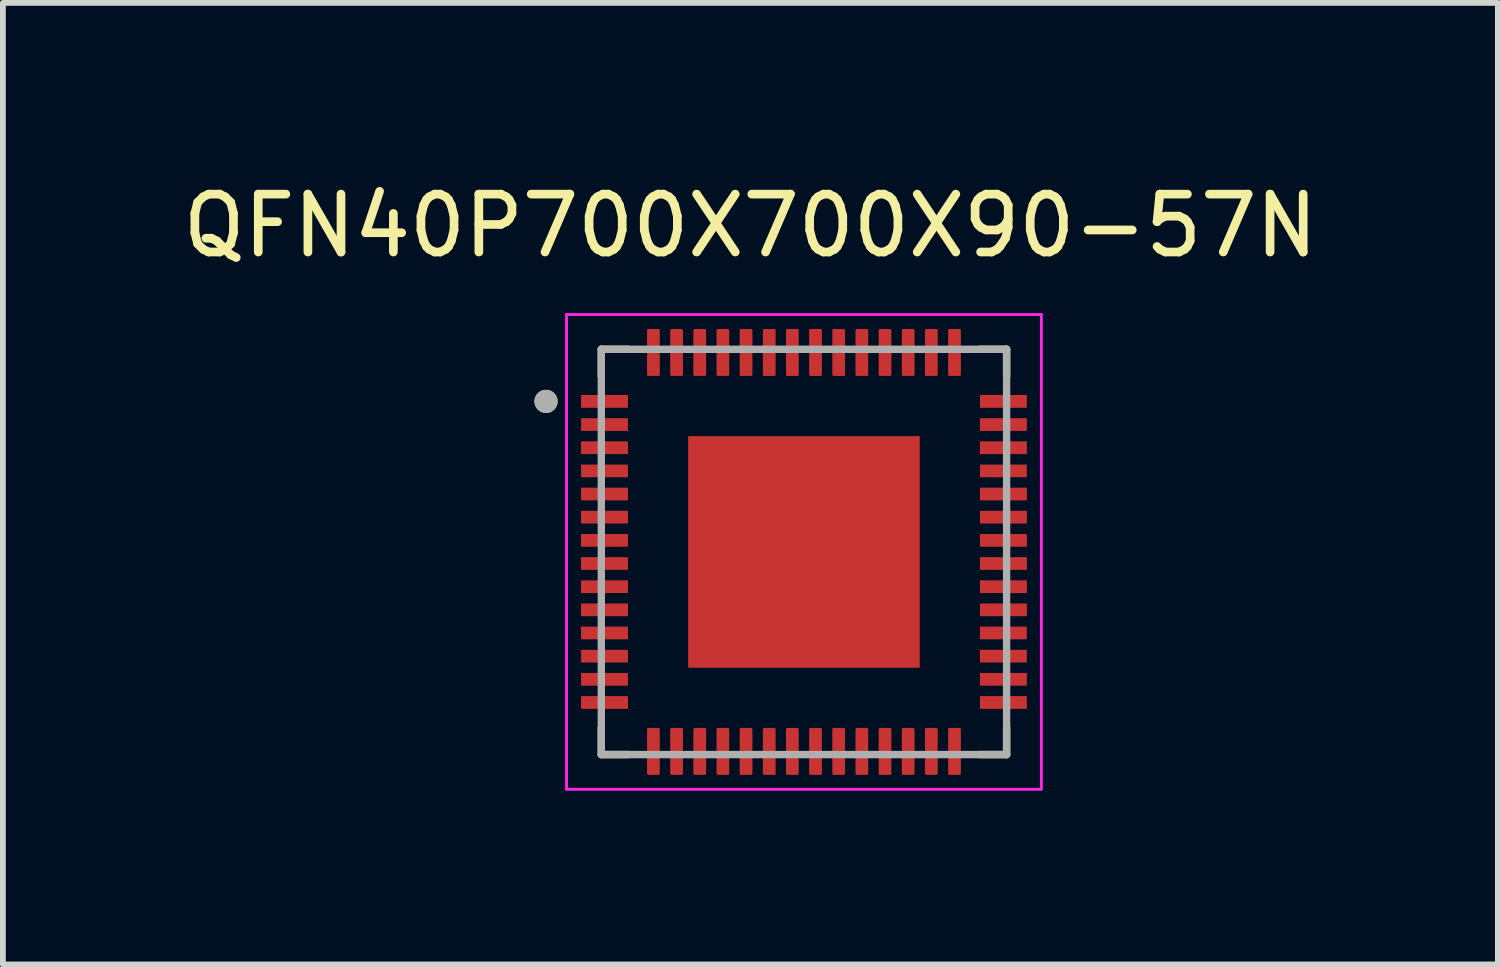
<source format=kicad_pcb>
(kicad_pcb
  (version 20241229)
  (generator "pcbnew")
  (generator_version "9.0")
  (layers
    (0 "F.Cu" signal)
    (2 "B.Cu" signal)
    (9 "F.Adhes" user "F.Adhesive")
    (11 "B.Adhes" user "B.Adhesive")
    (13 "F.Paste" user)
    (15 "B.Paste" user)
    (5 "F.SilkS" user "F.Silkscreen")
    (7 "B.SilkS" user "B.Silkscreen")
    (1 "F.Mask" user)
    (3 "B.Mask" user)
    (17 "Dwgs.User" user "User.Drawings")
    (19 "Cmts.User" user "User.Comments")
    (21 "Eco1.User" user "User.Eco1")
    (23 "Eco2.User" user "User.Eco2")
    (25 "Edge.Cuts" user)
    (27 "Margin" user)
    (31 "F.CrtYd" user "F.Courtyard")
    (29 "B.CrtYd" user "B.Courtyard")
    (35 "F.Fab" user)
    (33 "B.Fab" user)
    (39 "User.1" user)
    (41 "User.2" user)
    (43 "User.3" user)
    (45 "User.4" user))
  (footprint "QFN40P700X700X90-57N"
    (layer "F.Cu")
    (at 10.836 6.483)
    (property "Reference" "QFN40P700X700X90-57N" (at -0.925 -5.635 0) (layer "F.SilkS") (effects (font (size 1 1) (thickness 0.15))))
    (attr smd)
    (fp_line (start -3.5 -3.5) (end -3.5 -3.03) (stroke (width 0.127) (type solid)) (layer "F.SilkS"))
    (fp_line (start -3.5 -3.5) (end -3.03 -3.5) (stroke (width 0.127) (type solid)) (layer "F.SilkS"))
    (fp_line (start -3.5 3.5) (end -3.5 3.03) (stroke (width 0.127) (type solid)) (layer "F.SilkS"))
    (fp_line (start -3.5 3.5) (end -3.03 3.5) (stroke (width 0.127) (type solid)) (layer "F.SilkS"))
    (fp_line (start 3.5 -3.5) (end 3.03 -3.5) (stroke (width 0.127) (type solid)) (layer "F.SilkS"))
    (fp_line (start 3.5 -3.5) (end 3.5 -3.03) (stroke (width 0.127) (type solid)) (layer "F.SilkS"))
    (fp_line (start 3.5 3.5) (end 3.03 3.5) (stroke (width 0.127) (type solid)) (layer "F.SilkS"))
    (fp_line (start 3.5 3.5) (end 3.5 3.03) (stroke (width 0.127) (type solid)) (layer "F.SilkS"))
    (fp_circle (center -4.455 -2.6) (end -4.355 -2.6) (stroke (width 0.2) (type solid)) (fill no) (layer "F.SilkS"))
    (fp_poly (pts (xy -1.515 -1.515) (xy -0.245 -1.515) (xy -0.245 -0.245) (xy -1.515 -0.245)) (stroke (width 0.01) (type solid)) (fill yes) (layer "F.Paste"))
    (fp_poly (pts (xy -1.515 0.245) (xy -0.245 0.245) (xy -0.245 1.515) (xy -1.515 1.515)) (stroke (width 0.01) (type solid)) (fill yes) (layer "F.Paste"))
    (fp_poly (pts (xy 0.245 -1.515) (xy 1.515 -1.515) (xy 1.515 -0.245) (xy 0.245 -0.245)) (stroke (width 0.01) (type solid)) (fill yes) (layer "F.Paste"))
    (fp_poly (pts (xy 0.245 0.245) (xy 1.515 0.245) (xy 1.515 1.515) (xy 0.245 1.515)) (stroke (width 0.01) (type solid)) (fill yes) (layer "F.Paste"))
    (fp_line (start -4.1 -4.1) (end 4.1 -4.1) (stroke (width 0.05) (type solid)) (layer "F.CrtYd"))
    (fp_line (start -4.1 4.1) (end -4.1 -4.1) (stroke (width 0.05) (type solid)) (layer "F.CrtYd"))
    (fp_line (start -4.1 4.1) (end 4.1 4.1) (stroke (width 0.05) (type solid)) (layer "F.CrtYd"))
    (fp_line (start 4.1 4.1) (end 4.1 -4.1) (stroke (width 0.05) (type solid)) (layer "F.CrtYd"))
    (fp_line (start -3.5 3.5) (end -3.5 -3.5) (stroke (width 0.127) (type solid)) (layer "F.Fab"))
    (fp_line (start 3.5 -3.5) (end -3.5 -3.5) (stroke (width 0.127) (type solid)) (layer "F.Fab"))
    (fp_line (start 3.5 3.5) (end -3.5 3.5) (stroke (width 0.127) (type solid)) (layer "F.Fab"))
    (fp_line (start 3.5 3.5) (end 3.5 -3.5) (stroke (width 0.127) (type solid)) (layer "F.Fab"))
    (fp_circle (center -4.455 -2.6) (end -4.355 -2.6) (stroke (width 0.2) (type solid)) (fill no) (layer "F.Fab"))
    (pad "1" smd roundrect (at -3.445 -2.6) (size 0.81 0.22) (layers "F.Cu" "F.Mask" "F.Paste") (roundrect_rratio 0.03))
    (pad "2" smd roundrect (at -3.445 -2.2) (size 0.81 0.22) (layers "F.Cu" "F.Mask" "F.Paste") (roundrect_rratio 0.03))
    (pad "3" smd roundrect (at -3.445 -1.8) (size 0.81 0.22) (layers "F.Cu" "F.Mask" "F.Paste") (roundrect_rratio 0.03))
    (pad "4" smd roundrect (at -3.445 -1.4) (size 0.81 0.22) (layers "F.Cu" "F.Mask" "F.Paste") (roundrect_rratio 0.03))
    (pad "5" smd roundrect (at -3.445 -1) (size 0.81 0.22) (layers "F.Cu" "F.Mask" "F.Paste") (roundrect_rratio 0.03))
    (pad "6" smd roundrect (at -3.445 -0.6) (size 0.81 0.22) (layers "F.Cu" "F.Mask" "F.Paste") (roundrect_rratio 0.03))
    (pad "7" smd roundrect (at -3.445 -0.2) (size 0.81 0.22) (layers "F.Cu" "F.Mask" "F.Paste") (roundrect_rratio 0.03))
    (pad "8" smd roundrect (at -3.445 0.2) (size 0.81 0.22) (layers "F.Cu" "F.Mask" "F.Paste") (roundrect_rratio 0.03))
    (pad "9" smd roundrect (at -3.445 0.6) (size 0.81 0.22) (layers "F.Cu" "F.Mask" "F.Paste") (roundrect_rratio 0.03))
    (pad "10" smd roundrect (at -3.445 1) (size 0.81 0.22) (layers "F.Cu" "F.Mask" "F.Paste") (roundrect_rratio 0.03))
    (pad "11" smd roundrect (at -3.445 1.4) (size 0.81 0.22) (layers "F.Cu" "F.Mask" "F.Paste") (roundrect_rratio 0.03))
    (pad "12" smd roundrect (at -3.445 1.8) (size 0.81 0.22) (layers "F.Cu" "F.Mask" "F.Paste") (roundrect_rratio 0.03))
    (pad "13" smd roundrect (at -3.445 2.2) (size 0.81 0.22) (layers "F.Cu" "F.Mask" "F.Paste") (roundrect_rratio 0.03))
    (pad "14" smd roundrect (at -3.445 2.6) (size 0.81 0.22) (layers "F.Cu" "F.Mask" "F.Paste") (roundrect_rratio 0.03))
    (pad "15" smd roundrect (at -2.6 3.445) (size 0.22 0.81) (layers "F.Cu" "F.Mask" "F.Paste") (roundrect_rratio 0.1))
    (pad "16" smd roundrect (at -2.2 3.445) (size 0.22 0.81) (layers "F.Cu" "F.Mask" "F.Paste") (roundrect_rratio 0.1))
    (pad "17" smd roundrect (at -1.8 3.445) (size 0.22 0.81) (layers "F.Cu" "F.Mask" "F.Paste") (roundrect_rratio 0.1))
    (pad "18" smd roundrect (at -1.4 3.445) (size 0.22 0.81) (layers "F.Cu" "F.Mask" "F.Paste") (roundrect_rratio 0.1))
    (pad "19" smd roundrect (at -1 3.445) (size 0.22 0.81) (layers "F.Cu" "F.Mask" "F.Paste") (roundrect_rratio 0.1))
    (pad "20" smd roundrect (at -0.6 3.445) (size 0.22 0.81) (layers "F.Cu" "F.Mask" "F.Paste") (roundrect_rratio 0.1))
    (pad "21" smd roundrect (at -0.2 3.445) (size 0.22 0.81) (layers "F.Cu" "F.Mask" "F.Paste") (roundrect_rratio 0.1))
    (pad "22" smd roundrect (at 0.2 3.445) (size 0.22 0.81) (layers "F.Cu" "F.Mask" "F.Paste") (roundrect_rratio 0.1))
    (pad "23" smd roundrect (at 0.6 3.445) (size 0.22 0.81) (layers "F.Cu" "F.Mask" "F.Paste") (roundrect_rratio 0.1))
    (pad "24" smd roundrect (at 1 3.445) (size 0.22 0.81) (layers "F.Cu" "F.Mask" "F.Paste") (roundrect_rratio 0.1))
    (pad "25" smd roundrect (at 1.4 3.445) (size 0.22 0.81) (layers "F.Cu" "F.Mask" "F.Paste") (roundrect_rratio 0.1))
    (pad "26" smd roundrect (at 1.8 3.445) (size 0.22 0.81) (layers "F.Cu" "F.Mask" "F.Paste") (roundrect_rratio 0.1))
    (pad "27" smd roundrect (at 2.2 3.445) (size 0.22 0.81) (layers "F.Cu" "F.Mask" "F.Paste") (roundrect_rratio 0.1))
    (pad "28" smd roundrect (at 2.6 3.445) (size 0.22 0.81) (layers "F.Cu" "F.Mask" "F.Paste") (roundrect_rratio 0.1))
    (pad "29" smd roundrect (at 3.445 2.6) (size 0.81 0.22) (layers "F.Cu" "F.Mask" "F.Paste") (roundrect_rratio 0.03))
    (pad "30" smd roundrect (at 3.445 2.2) (size 0.81 0.22) (layers "F.Cu" "F.Mask" "F.Paste") (roundrect_rratio 0.03))
    (pad "31" smd roundrect (at 3.445 1.8) (size 0.81 0.22) (layers "F.Cu" "F.Mask" "F.Paste") (roundrect_rratio 0.03))
    (pad "32" smd roundrect (at 3.445 1.4) (size 0.81 0.22) (layers "F.Cu" "F.Mask" "F.Paste") (roundrect_rratio 0.03))
    (pad "33" smd roundrect (at 3.445 1) (size 0.81 0.22) (layers "F.Cu" "F.Mask" "F.Paste") (roundrect_rratio 0.03))
    (pad "34" smd roundrect (at 3.445 0.6) (size 0.81 0.22) (layers "F.Cu" "F.Mask" "F.Paste") (roundrect_rratio 0.03))
    (pad "35" smd roundrect (at 3.445 0.2) (size 0.81 0.22) (layers "F.Cu" "F.Mask" "F.Paste") (roundrect_rratio 0.03))
    (pad "36" smd roundrect (at 3.445 -0.2) (size 0.81 0.22) (layers "F.Cu" "F.Mask" "F.Paste") (roundrect_rratio 0.03))
    (pad "37" smd roundrect (at 3.445 -0.6) (size 0.81 0.22) (layers "F.Cu" "F.Mask" "F.Paste") (roundrect_rratio 0.03))
    (pad "38" smd roundrect (at 3.445 -1) (size 0.81 0.22) (layers "F.Cu" "F.Mask" "F.Paste") (roundrect_rratio 0.03))
    (pad "39" smd roundrect (at 3.445 -1.4) (size 0.81 0.22) (layers "F.Cu" "F.Mask" "F.Paste") (roundrect_rratio 0.03))
    (pad "40" smd roundrect (at 3.445 -1.8) (size 0.81 0.22) (layers "F.Cu" "F.Mask" "F.Paste") (roundrect_rratio 0.03))
    (pad "41" smd roundrect (at 3.445 -2.2) (size 0.81 0.22) (layers "F.Cu" "F.Mask" "F.Paste") (roundrect_rratio 0.03))
    (pad "42" smd roundrect (at 3.445 -2.6) (size 0.81 0.22) (layers "F.Cu" "F.Mask" "F.Paste") (roundrect_rratio 0.03))
    (pad "43" smd roundrect (at 2.6 -3.445) (size 0.22 0.81) (layers "F.Cu" "F.Mask" "F.Paste") (roundrect_rratio 0.1))
    (pad "44" smd roundrect (at 2.2 -3.445) (size 0.22 0.81) (layers "F.Cu" "F.Mask" "F.Paste") (roundrect_rratio 0.1))
    (pad "45" smd roundrect (at 1.8 -3.445) (size 0.22 0.81) (layers "F.Cu" "F.Mask" "F.Paste") (roundrect_rratio 0.1))
    (pad "46" smd roundrect (at 1.4 -3.445) (size 0.22 0.81) (layers "F.Cu" "F.Mask" "F.Paste") (roundrect_rratio 0.1))
    (pad "47" smd roundrect (at 1 -3.445) (size 0.22 0.81) (layers "F.Cu" "F.Mask" "F.Paste") (roundrect_rratio 0.1))
    (pad "48" smd roundrect (at 0.6 -3.445) (size 0.22 0.81) (layers "F.Cu" "F.Mask" "F.Paste") (roundrect_rratio 0.1))
    (pad "49" smd roundrect (at 0.2 -3.445) (size 0.22 0.81) (layers "F.Cu" "F.Mask" "F.Paste") (roundrect_rratio 0.1))
    (pad "50" smd roundrect (at -0.2 -3.445) (size 0.22 0.81) (layers "F.Cu" "F.Mask" "F.Paste") (roundrect_rratio 0.1))
    (pad "51" smd roundrect (at -0.6 -3.445) (size 0.22 0.81) (layers "F.Cu" "F.Mask" "F.Paste") (roundrect_rratio 0.1))
    (pad "52" smd roundrect (at -1 -3.445) (size 0.22 0.81) (layers "F.Cu" "F.Mask" "F.Paste") (roundrect_rratio 0.1))
    (pad "53" smd roundrect (at -1.4 -3.445) (size 0.22 0.81) (layers "F.Cu" "F.Mask" "F.Paste") (roundrect_rratio 0.1))
    (pad "54" smd roundrect (at -1.8 -3.445) (size 0.22 0.81) (layers "F.Cu" "F.Mask" "F.Paste") (roundrect_rratio 0.1))
    (pad "55" smd roundrect (at -2.2 -3.445) (size 0.22 0.81) (layers "F.Cu" "F.Mask" "F.Paste") (roundrect_rratio 0.1))
    (pad "56" smd roundrect (at -2.6 -3.445) (size 0.22 0.81) (layers "F.Cu" "F.Mask" "F.Paste") (roundrect_rratio 0.1))
    (pad "57" smd rect (at 0 0) (size 4 4) (layers "F.Cu" "F.Mask")))
  (gr_rect
    (start -3 -3)
    (end 22.821 13.608)
    (stroke (width 0.1) (type default))
    (fill no)
    (layer "Edge.Cuts")))
</source>
